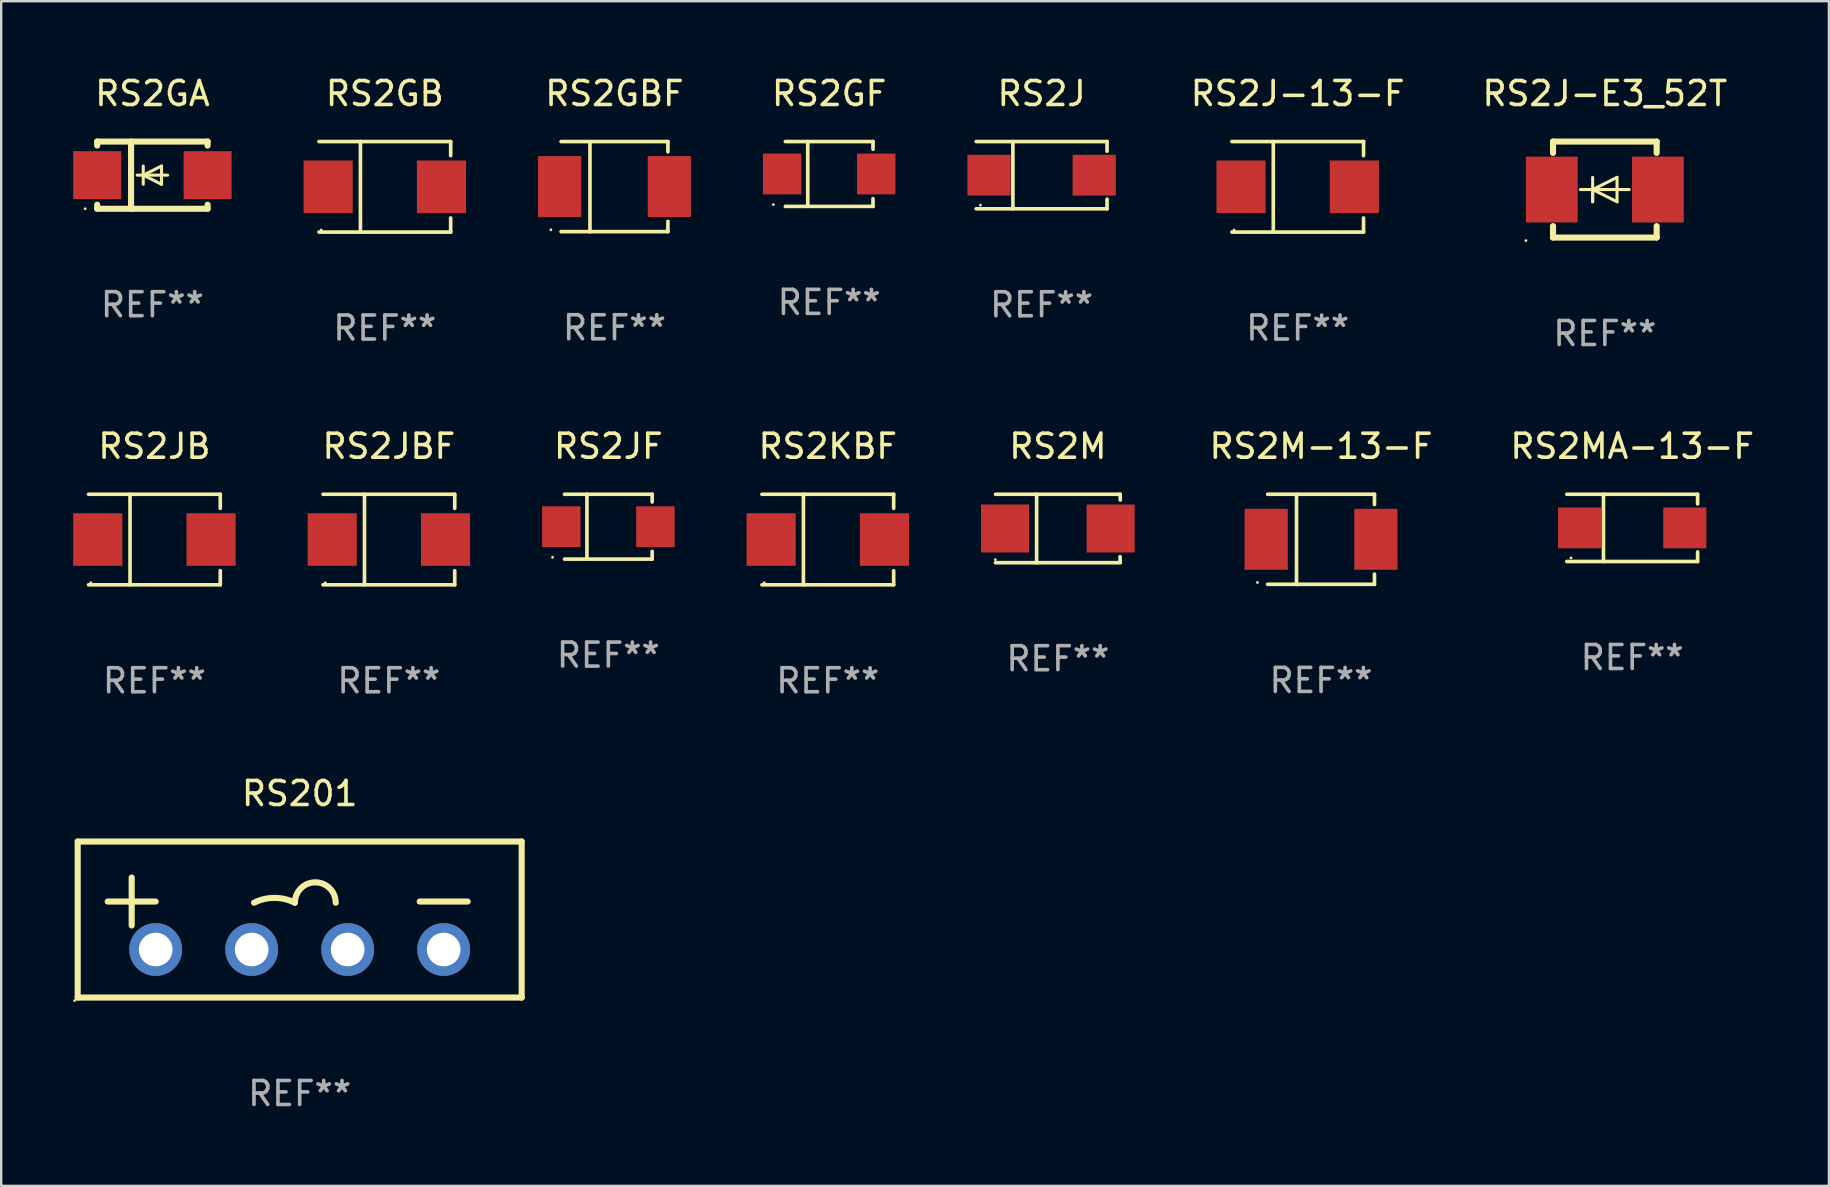
<source format=kicad_pcb>
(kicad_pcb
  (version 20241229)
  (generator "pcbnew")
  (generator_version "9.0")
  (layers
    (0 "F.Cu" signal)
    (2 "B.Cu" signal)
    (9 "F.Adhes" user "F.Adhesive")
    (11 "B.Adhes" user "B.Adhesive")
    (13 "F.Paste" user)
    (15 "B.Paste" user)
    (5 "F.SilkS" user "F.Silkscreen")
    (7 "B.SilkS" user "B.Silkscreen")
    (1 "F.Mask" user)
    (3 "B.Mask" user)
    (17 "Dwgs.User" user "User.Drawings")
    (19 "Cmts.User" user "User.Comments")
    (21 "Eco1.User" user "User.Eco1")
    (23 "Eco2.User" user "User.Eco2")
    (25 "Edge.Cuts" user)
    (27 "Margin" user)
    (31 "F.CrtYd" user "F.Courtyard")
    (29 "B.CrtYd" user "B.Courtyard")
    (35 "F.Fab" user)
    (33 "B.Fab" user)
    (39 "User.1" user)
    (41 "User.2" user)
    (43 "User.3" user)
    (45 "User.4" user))
  (footprint "RS2JB"
    (layer "F.Cu")
    (at 3.384 19.431)
    (property "Reference" "RS2JB" (at 0 -3.886 0) (layer "F.SilkS") (effects (font (size 1 1) (thickness 0.15))))
    (attr through_hole)
    (fp_line (start -2.744 -1.886) (end 2.744 -1.886) (stroke (width 0.152) (type solid)) (layer "F.SilkS"))
    (fp_line (start -2.744 1.886) (end 2.744 1.886) (stroke (width 0.152) (type solid)) (layer "F.SilkS"))
    (fp_line (start -1.016 -1.886) (end -1.016 1.886) (stroke (width 0.152) (type solid)) (layer "F.SilkS"))
    (fp_line (start 2.744 -1.886) (end 2.744 -1.299) (stroke (width 0.152) (type solid)) (layer "F.SilkS"))
    (fp_line (start 2.744 1.886) (end 2.744 1.299) (stroke (width 0.152) (type solid)) (layer "F.SilkS"))
    (fp_circle (center -2.65 1.8) (end -2.62 1.8) (stroke (width 0.06) (type solid)) (fill no) (layer "F.SilkS"))
    (fp_text user "REF**" (at 0 5.886 0) (layer "F.Fab") (effects (font (size 1 1) (thickness 0.15))))
    (pad "1" smd rect (at -2.361 0) (size 2.047 2.192) (layers "F.Cu" "F.Mask" "F.Paste"))
    (pad "2" smd rect (at 2.361 0) (size 2.047 2.192) (layers "F.Cu" "F.Mask" "F.Paste")))
  (footprint "RS2GF"
    (layer "F.Cu")
    (at 31.499 4.199)
    (property "Reference" "RS2GF" (at 0 -3.351 0) (layer "F.SilkS") (effects (font (size 1 1) (thickness 0.15))))
    (attr through_hole)
    (fp_line (start -1.826 -1.351) (end 1.826 -1.351) (stroke (width 0.152) (type solid)) (layer "F.SilkS"))
    (fp_line (start -1.826 1.351) (end 1.826 1.351) (stroke (width 0.152) (type solid)) (layer "F.SilkS"))
    (fp_line (start -0.892 -1.351) (end -0.892 1.351) (stroke (width 0.152) (type solid)) (layer "F.SilkS"))
    (fp_line (start 1.826 -1.351) (end 1.826 -1.03) (stroke (width 0.152) (type solid)) (layer "F.SilkS"))
    (fp_line (start 1.826 1.03) (end 1.826 1.351) (stroke (width 0.152) (type solid)) (layer "F.SilkS"))
    (fp_circle (center -2.325 1.275) (end -2.295 1.275) (stroke (width 0.06) (type solid)) (fill no) (layer "F.SilkS"))
    (fp_text user "REF**" (at 0 5.351 0) (layer "F.Fab") (effects (font (size 1 1) (thickness 0.15))))
    (pad "1" smd rect (at -1.96 0 180) (size 1.6 1.7) (layers "F.Cu" "F.Mask" "F.Paste"))
    (pad "2" smd rect (at 1.96 0 180) (size 1.6 1.7) (layers "F.Cu" "F.Mask" "F.Paste")))
  (footprint "RS2KBF"
    (layer "F.Cu")
    (at 31.442 19.431)
    (property "Reference" "RS2KBF" (at 0 -3.886 0) (layer "F.SilkS") (effects (font (size 1 1) (thickness 0.15))))
    (attr through_hole)
    (fp_line (start -2.744 -1.886) (end 2.744 -1.886) (stroke (width 0.152) (type solid)) (layer "F.SilkS"))
    (fp_line (start -2.744 1.886) (end 2.744 1.886) (stroke (width 0.152) (type solid)) (layer "F.SilkS"))
    (fp_line (start -1.016 -1.886) (end -1.016 1.886) (stroke (width 0.152) (type solid)) (layer "F.SilkS"))
    (fp_line (start 2.744 -1.886) (end 2.744 -1.299) (stroke (width 0.152) (type solid)) (layer "F.SilkS"))
    (fp_line (start 2.744 1.886) (end 2.744 1.299) (stroke (width 0.152) (type solid)) (layer "F.SilkS"))
    (fp_circle (center -2.65 1.8) (end -2.62 1.8) (stroke (width 0.06) (type solid)) (fill no) (layer "F.SilkS"))
    (fp_text user "REF**" (at 0 5.886 0) (layer "F.Fab") (effects (font (size 1 1) (thickness 0.15))))
    (pad "1" smd rect (at -2.361 0) (size 2.047 2.192) (layers "F.Cu" "F.Mask" "F.Paste"))
    (pad "2" smd rect (at 2.361 0) (size 2.047 2.192) (layers "F.Cu" "F.Mask" "F.Paste")))
  (footprint "RS2GBF"
    (layer "F.Cu")
    (at 22.554 4.728)
    (property "Reference" "RS2GBF" (at 0 -3.88 0) (layer "F.SilkS") (effects (font (size 1 1) (thickness 0.15))))
    (attr through_hole)
    (fp_line (start -2.226 -1.88) (end 2.226 -1.88) (stroke (width 0.152) (type solid)) (layer "F.SilkS"))
    (fp_line (start -2.226 1.873) (end 2.226 1.873) (stroke (width 0.152) (type solid)) (layer "F.SilkS"))
    (fp_line (start -1.022 -1.873) (end -1.022 1.88) (stroke (width 0.152) (type solid)) (layer "F.SilkS"))
    (fp_line (start 2.226 -1.88) (end 2.226 -1.453) (stroke (width 0.152) (type solid)) (layer "F.SilkS"))
    (fp_line (start 2.226 1.447) (end 2.226 1.873) (stroke (width 0.152) (type solid)) (layer "F.SilkS"))
    (fp_circle (center -2.65 1.797) (end -2.62 1.797) (stroke (width 0.06) (type solid)) (fill no) (layer "F.SilkS"))
    (fp_text user "REF**" (at 0 5.88 0) (layer "F.Fab") (effects (font (size 1 1) (thickness 0.15))))
    (pad "1" smd rect (at -2.285 -0.003) (size 1.8 2.54) (layers "F.Cu" "F.Mask" "F.Paste"))
    (pad "2" smd rect (at 2.285 -0.003) (size 1.8 2.54) (layers "F.Cu" "F.Mask" "F.Paste")))
  (footprint "RS2GB"
    (layer "F.Cu")
    (at 12.984 4.734)
    (property "Reference" "RS2GB" (at 0 -3.886 0) (layer "F.SilkS") (effects (font (size 1 1) (thickness 0.15))))
    (attr through_hole)
    (fp_line (start -2.744 -1.886) (end 2.744 -1.886) (stroke (width 0.152) (type solid)) (layer "F.SilkS"))
    (fp_line (start -2.744 1.886) (end 2.744 1.886) (stroke (width 0.152) (type solid)) (layer "F.SilkS"))
    (fp_line (start -1.016 -1.886) (end -1.016 1.886) (stroke (width 0.152) (type solid)) (layer "F.SilkS"))
    (fp_line (start 2.744 -1.886) (end 2.744 -1.299) (stroke (width 0.152) (type solid)) (layer "F.SilkS"))
    (fp_line (start 2.744 1.886) (end 2.744 1.299) (stroke (width 0.152) (type solid)) (layer "F.SilkS"))
    (fp_circle (center -2.65 1.8) (end -2.62 1.8) (stroke (width 0.06) (type solid)) (fill no) (layer "F.SilkS"))
    (fp_text user "REF**" (at 0 5.886 0) (layer "F.Fab") (effects (font (size 1 1) (thickness 0.15))))
    (pad "1" smd rect (at -2.361 0) (size 2.047 2.192) (layers "F.Cu" "F.Mask" "F.Paste"))
    (pad "2" smd rect (at 2.361 0) (size 2.047 2.192) (layers "F.Cu" "F.Mask" "F.Paste")))
  (footprint "RS2GA"
    (layer "F.Cu")
    (at 3.3 4.248)
    (property "Reference" "RS2GA" (at 0 -3.4 0) (layer "F.SilkS") (effects (font (size 1 1) (thickness 0.15))))
    (attr through_hole)
    (fp_line (start -2.3 -1.4) (end -2.3 -1.231) (stroke (width 0.254) (type solid)) (layer "F.SilkS"))
    (fp_line (start -2.3 -1.4) (end 2.3 -1.4) (stroke (width 0.254) (type solid)) (layer "F.SilkS"))
    (fp_line (start -2.3 1.231) (end -2.3 1.4) (stroke (width 0.254) (type solid)) (layer "F.SilkS"))
    (fp_line (start -2.3 1.4) (end 2.3 1.4) (stroke (width 0.254) (type solid)) (layer "F.SilkS"))
    (fp_line (start -0.889 1.4) (end -0.889 -1.4) (stroke (width 0.254) (type solid)) (layer "F.SilkS"))
    (fp_line (start -0.381 0) (end -0.381 -0.381) (stroke (width 0.127) (type solid)) (layer "F.SilkS"))
    (fp_line (start -0.381 0) (end -0.381 0.381) (stroke (width 0.127) (type solid)) (layer "F.SilkS"))
    (fp_line (start 0.381 -0.381) (end -0.381 0) (stroke (width 0.127) (type solid)) (layer "F.SilkS"))
    (fp_line (start 0.381 0) (end 0.381 -0.381) (stroke (width 0.127) (type solid)) (layer "F.SilkS"))
    (fp_line (start 0.381 0) (end 0.381 0.381) (stroke (width 0.127) (type solid)) (layer "F.SilkS"))
    (fp_line (start 0.381 0.381) (end -0.381 0) (stroke (width 0.127) (type solid)) (layer "F.SilkS"))
    (fp_line (start 0.635 0) (end -0.635 0) (stroke (width 0.127) (type solid)) (layer "F.SilkS"))
    (fp_line (start 2.3 -1.4) (end 2.3 -1.231) (stroke (width 0.254) (type solid)) (layer "F.SilkS"))
    (fp_line (start 2.3 1.231) (end 2.3 1.4) (stroke (width 0.254) (type solid)) (layer "F.SilkS"))
    (fp_circle (center -2.8 1.4) (end -2.77 1.4) (stroke (width 0.06) (type solid)) (fill no) (layer "F.SilkS"))
    (fp_text user "REF**" (at 0 5.4 0) (layer "F.Fab") (effects (font (size 1 1) (thickness 0.15))))
    (pad "1" smd rect (at -2.3 0 180) (size 2 2) (layers "F.Cu" "F.Mask" "F.Paste"))
    (pad "2" smd rect (at 2.3 0 180) (size 2 2) (layers "F.Cu" "F.Mask" "F.Paste")))
  (footprint "RS2JBF"
    (layer "F.Cu")
    (at 13.153 19.431)
    (property "Reference" "RS2JBF" (at 0 -3.886 0) (layer "F.SilkS") (effects (font (size 1 1) (thickness 0.15))))
    (attr through_hole)
    (fp_line (start -2.744 -1.886) (end 2.744 -1.886) (stroke (width 0.152) (type solid)) (layer "F.SilkS"))
    (fp_line (start -2.744 1.886) (end 2.744 1.886) (stroke (width 0.152) (type solid)) (layer "F.SilkS"))
    (fp_line (start -1.016 -1.886) (end -1.016 1.886) (stroke (width 0.152) (type solid)) (layer "F.SilkS"))
    (fp_line (start 2.744 -1.886) (end 2.744 -1.299) (stroke (width 0.152) (type solid)) (layer "F.SilkS"))
    (fp_line (start 2.744 1.886) (end 2.744 1.299) (stroke (width 0.152) (type solid)) (layer "F.SilkS"))
    (fp_circle (center -2.65 1.8) (end -2.62 1.8) (stroke (width 0.06) (type solid)) (fill no) (layer "F.SilkS"))
    (fp_text user "REF**" (at 0 5.886 0) (layer "F.Fab") (effects (font (size 1 1) (thickness 0.15))))
    (pad "1" smd rect (at -2.361 0) (size 2.047 2.192) (layers "F.Cu" "F.Mask" "F.Paste"))
    (pad "2" smd rect (at 2.361 0) (size 2.047 2.192) (layers "F.Cu" "F.Mask" "F.Paste")))
  (footprint "RS2M-13-F"
    (layer "F.Cu")
    (at 51.994 19.424)
    (property "Reference" "RS2M-13-F" (at 0 -3.88 0) (layer "F.SilkS") (effects (font (size 1 1) (thickness 0.15))))
    (attr through_hole)
    (fp_line (start -2.226 -1.88) (end 2.226 -1.88) (stroke (width 0.152) (type solid)) (layer "F.SilkS"))
    (fp_line (start -2.226 1.873) (end 2.226 1.873) (stroke (width 0.152) (type solid)) (layer "F.SilkS"))
    (fp_line (start -1.022 -1.873) (end -1.022 1.88) (stroke (width 0.152) (type solid)) (layer "F.SilkS"))
    (fp_line (start 2.226 -1.88) (end 2.226 -1.453) (stroke (width 0.152) (type solid)) (layer "F.SilkS"))
    (fp_line (start 2.226 1.447) (end 2.226 1.873) (stroke (width 0.152) (type solid)) (layer "F.SilkS"))
    (fp_circle (center -2.65 1.797) (end -2.62 1.797) (stroke (width 0.06) (type solid)) (fill no) (layer "F.SilkS"))
    (fp_text user "REF**" (at 0 5.88 0) (layer "F.Fab") (effects (font (size 1 1) (thickness 0.15))))
    (pad "1" smd rect (at -2.285 -0.003) (size 1.8 2.54) (layers "F.Cu" "F.Mask" "F.Paste"))
    (pad "2" smd rect (at 2.285 -0.003) (size 1.8 2.54) (layers "F.Cu" "F.Mask" "F.Paste")))
  (footprint "RS2M"
    (layer "F.Cu")
    (at 41.03 18.971)
    (property "Reference" "RS2M" (at 0 -3.426 0) (layer "F.SilkS") (effects (font (size 1 1) (thickness 0.15))))
    (attr through_hole)
    (fp_line (start -2.6 -1.426) (end 2.593 -1.426) (stroke (width 0.152) (type solid)) (layer "F.SilkS"))
    (fp_line (start -2.6 1.426) (end 2.593 1.426) (stroke (width 0.152) (type solid)) (layer "F.SilkS"))
    (fp_line (start -0.887 -1.426) (end -0.887 1.426) (stroke (width 0.152) (type solid)) (layer "F.SilkS"))
    (fp_line (start 2.59 1.176) (end 2.597 1.415) (stroke (width 0.152) (type solid)) (layer "F.SilkS"))
    (fp_line (start 2.593 -1.426) (end 2.6 -1.187) (stroke (width 0.152) (type solid)) (layer "F.SilkS"))
    (fp_circle (center -2.608 1.3) (end -2.578 1.3) (stroke (width 0.06) (type solid)) (fill no) (layer "F.SilkS"))
    (fp_text user "REF**" (at 0 5.426 0) (layer "F.Fab") (effects (font (size 1 1) (thickness 0.15))))
    (pad "1" smd rect (at -2.203 0 180) (size 2 2) (layers "F.Cu" "F.Mask" "F.Paste"))
    (pad "2" smd rect (at 2.197 0 180) (size 2 2) (layers "F.Cu" "F.Mask" "F.Paste")))
  (footprint "RS2J"
    (layer "F.Cu")
    (at 40.351 4.249)
    (property "Reference" "RS2J" (at 0 -3.401 0) (layer "F.SilkS") (effects (font (size 1 1) (thickness 0.15))))
    (attr through_hole)
    (fp_line (start -2.726 -1.401) (end 2.726 -1.401) (stroke (width 0.152) (type solid)) (layer "F.SilkS"))
    (fp_line (start -2.726 1.401) (end 2.726 1.401) (stroke (width 0.152) (type solid)) (layer "F.SilkS"))
    (fp_line (start -1.197 -1.401) (end -1.197 1.401) (stroke (width 0.152) (type solid)) (layer "F.SilkS"))
    (fp_line (start 2.726 -1.401) (end 2.726 -1) (stroke (width 0.152) (type solid)) (layer "F.SilkS"))
    (fp_line (start 2.726 1.401) (end 2.726 1) (stroke (width 0.152) (type solid)) (layer "F.SilkS"))
    (fp_circle (center -2.55 1.25) (end -2.52 1.25) (stroke (width 0.06) (type solid)) (fill no) (layer "F.SilkS"))
    (fp_text user "REF**" (at 0 5.401 0) (layer "F.Fab") (effects (font (size 1 1) (thickness 0.15))))
    (pad "1" smd rect (at -2.192 0) (size 1.8 1.7) (layers "F.Cu" "F.Mask" "F.Paste"))
    (pad "2" smd rect (at 2.192 0) (size 1.8 1.7) (layers "F.Cu" "F.Mask" "F.Paste")))
  (footprint "RS2MA-13-F"
    (layer "F.Cu")
    (at 64.959 18.946)
    (property "Reference" "RS2MA-13-F" (at 0 -3.401 0) (layer "F.SilkS") (effects (font (size 1 1) (thickness 0.15))))
    (attr through_hole)
    (fp_line (start -2.726 -1.401) (end 2.726 -1.401) (stroke (width 0.152) (type solid)) (layer "F.SilkS"))
    (fp_line (start -2.726 1.401) (end 2.726 1.401) (stroke (width 0.152) (type solid)) (layer "F.SilkS"))
    (fp_line (start -1.197 -1.401) (end -1.197 1.401) (stroke (width 0.152) (type solid)) (layer "F.SilkS"))
    (fp_line (start 2.726 -1.401) (end 2.726 -1) (stroke (width 0.152) (type solid)) (layer "F.SilkS"))
    (fp_line (start 2.726 1.401) (end 2.726 1) (stroke (width 0.152) (type solid)) (layer "F.SilkS"))
    (fp_circle (center -2.55 1.25) (end -2.52 1.25) (stroke (width 0.06) (type solid)) (fill no) (layer "F.SilkS"))
    (fp_text user "REF**" (at 0 5.401 0) (layer "F.Fab") (effects (font (size 1 1) (thickness 0.15))))
    (pad "1" smd rect (at -2.192 0) (size 1.8 1.7) (layers "F.Cu" "F.Mask" "F.Paste"))
    (pad "2" smd rect (at 2.192 0) (size 1.8 1.7) (layers "F.Cu" "F.Mask" "F.Paste")))
  (footprint "RS201"
    (layer "F.Cu")
    (at 9.437 35.264)
    (property "Reference" "RS201" (at 0 -5.25 0) (layer "F.SilkS") (effects (font (size 1 1) (thickness 0.15))))
    (attr through_hole)
    (fp_line (start -9.25 -3.25) (end -9.25 3.25) (stroke (width 0.254) (type solid)) (layer "F.SilkS"))
    (fp_line (start -9.25 3.25) (end 9.25 3.25) (stroke (width 0.254) (type solid)) (layer "F.SilkS"))
    (fp_line (start -8 -0.75) (end -6 -0.75) (stroke (width 0.254) (type solid)) (layer "F.SilkS"))
    (fp_line (start -7 -1.75) (end -7 0.25) (stroke (width 0.254) (type solid)) (layer "F.SilkS"))
    (fp_line (start 5 -0.75) (end 7 -0.75) (stroke (width 0.254) (type solid)) (layer "F.SilkS"))
    (fp_line (start 9.25 -3.25) (end -9.25 -3.25) (stroke (width 0.254) (type solid)) (layer "F.SilkS"))
    (fp_line (start 9.25 3.25) (end 9.25 -3.25) (stroke (width 0.254) (type solid)) (layer "F.SilkS"))
    (fp_arc (start -1.902819 -0.700787) (mid -1.052819 -0.901444) (end -0.20282 -0.700787) (stroke (width 0.254001) (type solid)) (layer "F.SilkS"))
    (fp_arc (start -0.200025 -0.699999) (mid 0.649975 -1.549987) (end 1.499975 -0.7) (stroke (width 0.254001) (type solid)) (layer "F.SilkS"))
    (fp_circle (center -9.377 3.377) (end -9.347 3.377) (stroke (width 0.06) (type solid)) (fill no) (layer "F.SilkS"))
    (fp_text user "REF**" (at 0 7.25 0) (layer "F.Fab") (effects (font (size 1 1) (thickness 0.15))))
    (pad "1" thru_hole circle (at -6 1.25) (size 2.2 2.2) (drill 1.4) (layers "*.Cu" "*.Mask"))
    (pad "2" thru_hole circle (at -2 1.25) (size 2.2 2.2) (drill 1.4) (layers "*.Cu" "*.Mask"))
    (pad "3" thru_hole circle (at 2 1.25) (size 2.2 2.2) (drill 1.4) (layers "*.Cu" "*.Mask"))
    (pad "4" thru_hole circle (at 6 1.25) (size 2.2 2.2) (drill 1.4) (layers "*.Cu" "*.Mask")))
  (footprint "RS2J-E3_52T"
    (layer "F.Cu")
    (at 63.819 4.848)
    (property "Reference" "RS2J-E3_52T" (at 0 -4 0) (layer "F.SilkS") (effects (font (size 1 1) (thickness 0.15))))
    (attr through_hole)
    (fp_line (start -2.159 -2) (end 2.159 -2) (stroke (width 0.254) (type solid)) (layer "F.SilkS"))
    (fp_line (start -2.159 -1.524) (end -2.159 -2) (stroke (width 0.254) (type solid)) (layer "F.SilkS"))
    (fp_line (start -2.159 1.524) (end -2.159 2) (stroke (width 0.254) (type solid)) (layer "F.SilkS"))
    (fp_line (start -2.159 2) (end 2.159 2) (stroke (width 0.254) (type solid)) (layer "F.SilkS"))
    (fp_line (start -0.508 0) (end -0.508 0.508) (stroke (width 0.127) (type solid)) (layer "F.SilkS"))
    (fp_line (start -0.508 0) (end 0.508 0.508) (stroke (width 0.127) (type solid)) (layer "F.SilkS"))
    (fp_line (start -0.508 0.508) (end -0.508 -0.508) (stroke (width 0.127) (type solid)) (layer "F.SilkS"))
    (fp_line (start 0.508 -0.508) (end -0.508 0) (stroke (width 0.127) (type solid)) (layer "F.SilkS"))
    (fp_line (start 0.508 0.508) (end 0.508 -0.508) (stroke (width 0.127) (type solid)) (layer "F.SilkS"))
    (fp_line (start 1.016 0) (end -1.016 0) (stroke (width 0.127) (type solid)) (layer "F.SilkS"))
    (fp_line (start 2.159 -2) (end 2.159 -1.524) (stroke (width 0.254) (type solid)) (layer "F.SilkS"))
    (fp_line (start 2.159 2) (end 2.159 1.524) (stroke (width 0.254) (type solid)) (layer "F.SilkS"))
    (fp_circle (center -3.289 2.127) (end -3.259 2.127) (stroke (width 0.06) (type solid)) (fill no) (layer "F.SilkS"))
    (fp_text user "REF**" (at 0 6 0) (layer "F.Fab") (effects (font (size 1 1) (thickness 0.15))))
    (pad "1" smd rect (at -2.21 0 180) (size 2.159 2.743) (layers "F.Cu" "F.Mask" "F.Paste"))
    (pad "2" smd rect (at 2.21 0 180) (size 2.159 2.743) (layers "F.Cu" "F.Mask" "F.Paste")))
  (footprint "RS2JF"
    (layer "F.Cu")
    (at 22.298 18.896)
    (property "Reference" "RS2JF" (at 0 -3.351 0) (layer "F.SilkS") (effects (font (size 1 1) (thickness 0.15))))
    (attr through_hole)
    (fp_line (start -1.826 -1.351) (end 1.826 -1.351) (stroke (width 0.152) (type solid)) (layer "F.SilkS"))
    (fp_line (start -1.826 1.351) (end 1.826 1.351) (stroke (width 0.152) (type solid)) (layer "F.SilkS"))
    (fp_line (start -0.892 -1.351) (end -0.892 1.351) (stroke (width 0.152) (type solid)) (layer "F.SilkS"))
    (fp_line (start 1.826 -1.351) (end 1.826 -1.03) (stroke (width 0.152) (type solid)) (layer "F.SilkS"))
    (fp_line (start 1.826 1.03) (end 1.826 1.351) (stroke (width 0.152) (type solid)) (layer "F.SilkS"))
    (fp_circle (center -2.325 1.275) (end -2.295 1.275) (stroke (width 0.06) (type solid)) (fill no) (layer "F.SilkS"))
    (fp_text user "REF**" (at 0 5.351 0) (layer "F.Fab") (effects (font (size 1 1) (thickness 0.15))))
    (pad "1" smd rect (at -1.96 0 180) (size 1.6 1.7) (layers "F.Cu" "F.Mask" "F.Paste"))
    (pad "2" smd rect (at 1.96 0 180) (size 1.6 1.7) (layers "F.Cu" "F.Mask" "F.Paste")))
  (footprint "RS2J-13-F"
    (layer "F.Cu")
    (at 51.021 4.734)
    (property "Reference" "RS2J-13-F" (at 0 -3.886 0) (layer "F.SilkS") (effects (font (size 1 1) (thickness 0.15))))
    (attr through_hole)
    (fp_line (start -2.744 -1.886) (end 2.744 -1.886) (stroke (width 0.152) (type solid)) (layer "F.SilkS"))
    (fp_line (start -2.744 1.886) (end 2.744 1.886) (stroke (width 0.152) (type solid)) (layer "F.SilkS"))
    (fp_line (start -1.016 -1.886) (end -1.016 1.886) (stroke (width 0.152) (type solid)) (layer "F.SilkS"))
    (fp_line (start 2.744 -1.886) (end 2.744 -1.299) (stroke (width 0.152) (type solid)) (layer "F.SilkS"))
    (fp_line (start 2.744 1.886) (end 2.744 1.299) (stroke (width 0.152) (type solid)) (layer "F.SilkS"))
    (fp_circle (center -2.65 1.8) (end -2.62 1.8) (stroke (width 0.06) (type solid)) (fill no) (layer "F.SilkS"))
    (fp_text user "REF**" (at 0 5.886 0) (layer "F.Fab") (effects (font (size 1 1) (thickness 0.15))))
    (pad "1" smd rect (at -2.361 0) (size 2.047 2.192) (layers "F.Cu" "F.Mask" "F.Paste"))
    (pad "2" smd rect (at 2.361 0) (size 2.047 2.192) (layers "F.Cu" "F.Mask" "F.Paste")))
  (gr_rect
    (start -3 -3)
    (end 73.155 46.362)
    (stroke (width 0.1) (type default))
    (fill no)
    (layer "Edge.Cuts")))
</source>
